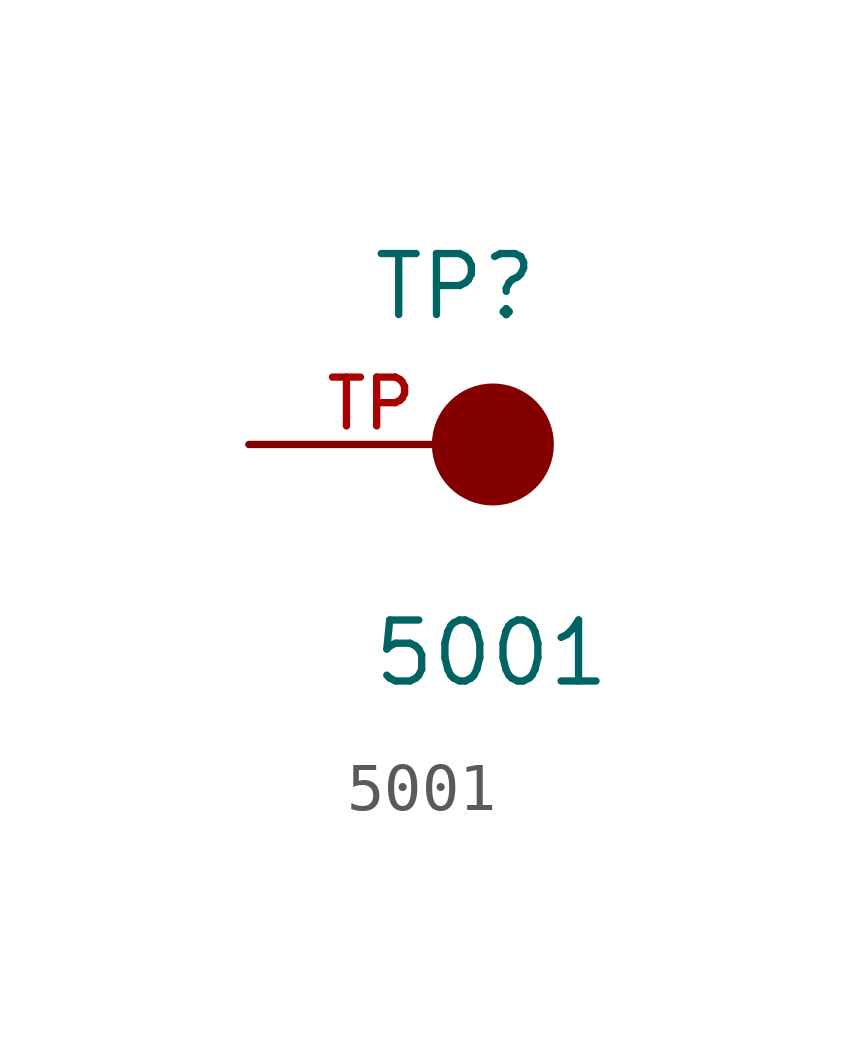
<source format=kicad_sym>
(kicad_symbol_lib
  (version 20211014)
  (generator kicad_symbol_editor)
  (symbol "5001"
    (pin_names
      (offset 1.016))
    (property "Reference" "TP"
      (at -2.544 2.541 0)
      (effects (font (size 1.27 1.27)) (justify bottom left)))
    (property "Value" "5001"
      (at -2.55 -5.087 0)
      (effects (font (size 1.27 1.27)) (justify bottom left)))
    (symbol "5001_0_0"
      (circle (center 0.0 0.0) (radius 0.635) (stroke (width 1.27)) (fill (type none)))
      (pin passive line (at -5.08 0.0 0) (length 5.08) (name "~" (effects (font (size 1.016 1.016)))) (number "TP" (effects (font (size 1.016 1.016))))))))
</source>
